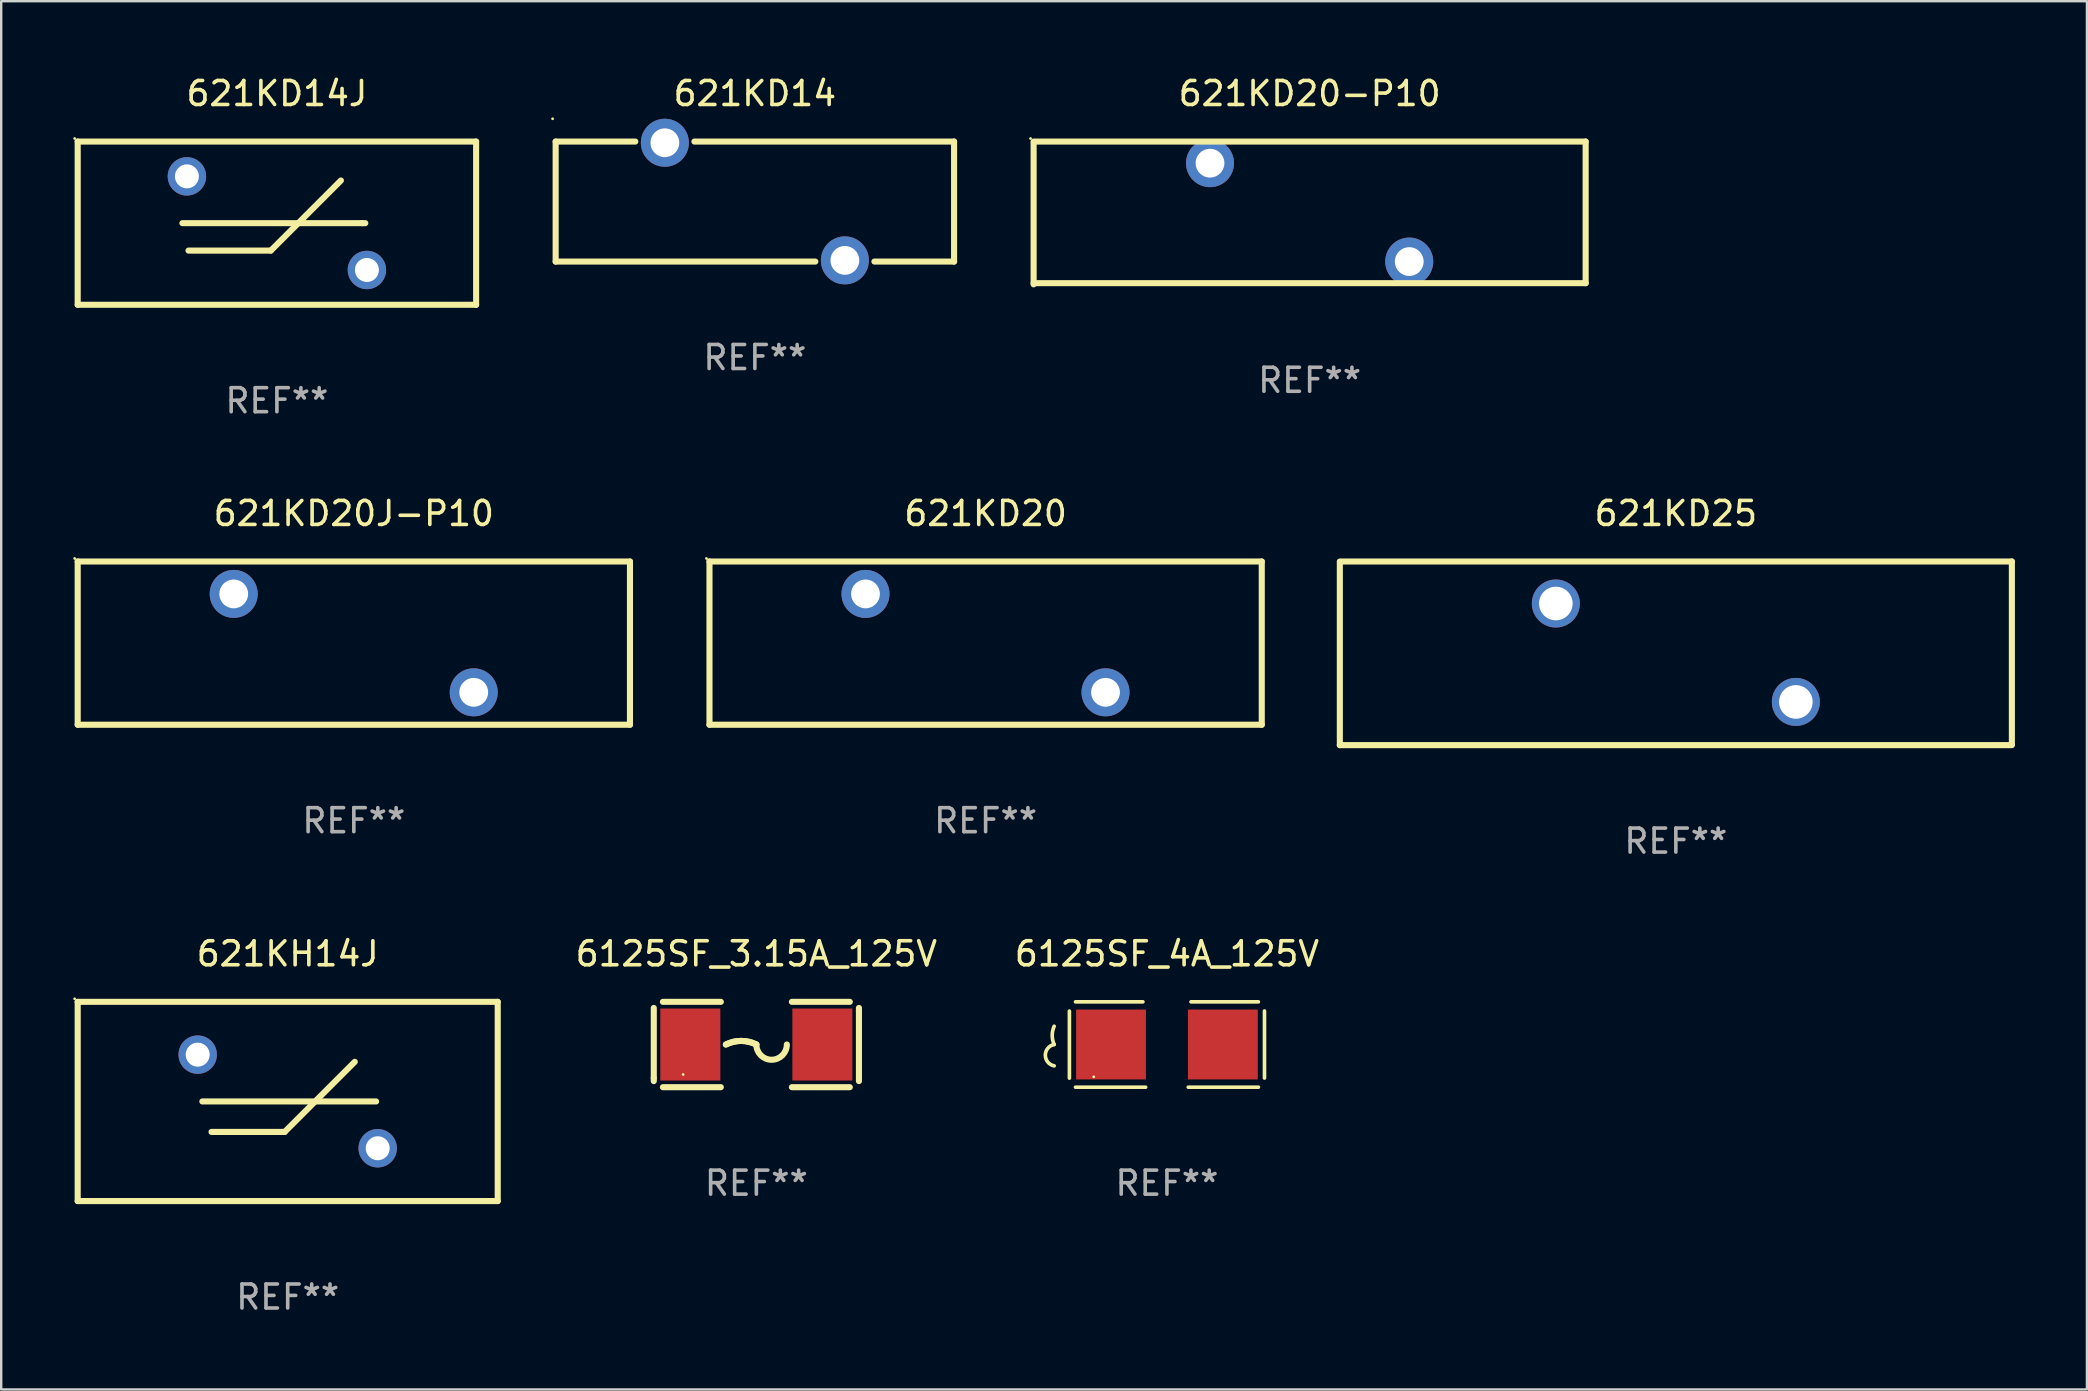
<source format=kicad_pcb>
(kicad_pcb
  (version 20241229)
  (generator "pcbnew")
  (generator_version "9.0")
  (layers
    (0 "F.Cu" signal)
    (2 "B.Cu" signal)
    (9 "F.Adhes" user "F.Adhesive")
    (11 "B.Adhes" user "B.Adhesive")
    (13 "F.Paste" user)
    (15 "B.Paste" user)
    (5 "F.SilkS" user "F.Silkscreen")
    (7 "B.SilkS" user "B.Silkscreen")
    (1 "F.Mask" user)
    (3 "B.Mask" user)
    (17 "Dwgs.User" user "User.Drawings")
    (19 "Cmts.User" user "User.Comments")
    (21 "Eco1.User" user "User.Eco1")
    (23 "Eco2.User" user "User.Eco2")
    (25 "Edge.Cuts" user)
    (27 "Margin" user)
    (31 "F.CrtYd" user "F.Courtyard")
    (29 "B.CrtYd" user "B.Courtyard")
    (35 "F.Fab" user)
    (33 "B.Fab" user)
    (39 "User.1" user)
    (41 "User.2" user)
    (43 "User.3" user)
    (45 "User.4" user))
  (footprint "621KD14J"
    (layer "F.Cu")
    (at 8.487 6.248)
    (property "Reference" "621KD14J" (at 0 -5.4 0) (layer "F.SilkS") (effects (font (size 1 1) (thickness 0.15))))
    (attr through_hole)
    (fp_line (start -8.3 -3.4) (end -8.3 3.4) (stroke (width 0.254) (type solid)) (layer "F.SilkS"))
    (fp_line (start -8.3 -3.4) (end 8.3 -3.4) (stroke (width 0.254) (type solid)) (layer "F.SilkS"))
    (fp_line (start -8.3 3.4) (end 8.3 3.4) (stroke (width 0.254) (type solid)) (layer "F.SilkS"))
    (fp_line (start -3.937 -0.000013) (end 3.556 -0.000013) (stroke (width 0.254) (type solid)) (layer "F.SilkS"))
    (fp_line (start -3.683 1.143) (end -0.254 1.143) (stroke (width 0.254) (type solid)) (layer "F.SilkS"))
    (fp_line (start -0.254 1.143) (end 2.667 -1.778) (stroke (width 0.254) (type solid)) (layer "F.SilkS"))
    (fp_line (start 3.556 -0.000013) (end 3.683 -0.000013) (stroke (width 0.254) (type solid)) (layer "F.SilkS"))
    (fp_line (start 8.3 -3.4) (end 8.3 3.4) (stroke (width 0.254) (type solid)) (layer "F.SilkS"))
    (fp_circle (center -8.427 -3.527) (end -8.397 -3.527) (stroke (width 0.06) (type solid)) (fill no) (layer "F.SilkS"))
    (fp_text user "REF**" (at 0 7.4 0) (layer "F.Fab") (effects (font (size 1 1) (thickness 0.15))))
    (pad "1" thru_hole circle (at -3.75 -1.95) (size 1.6 1.6) (drill 1) (layers "*.Cu" "*.Mask"))
    (pad "2" thru_hole circle (at 3.75 1.95) (size 1.6 1.6) (drill 1) (layers "*.Cu" "*.Mask")))
  (footprint "621KD14"
    (layer "F.Cu")
    (at 28.401 5.348)
    (property "Reference" "621KD14" (at 0 -4.5 0) (layer "F.SilkS") (effects (font (size 1 1) (thickness 0.15))))
    (attr through_hole)
    (fp_line (start -8.3 -2.5) (end -8.3 2.5) (stroke (width 0.254) (type solid)) (layer "F.SilkS"))
    (fp_line (start -8.3 -2.5) (end -4.981 -2.5) (stroke (width 0.254) (type solid)) (layer "F.SilkS"))
    (fp_line (start -8.3 2.5) (end 2.519 2.5) (stroke (width 0.254) (type solid)) (layer "F.SilkS"))
    (fp_line (start -2.519 -2.5) (end 8.3 -2.5) (stroke (width 0.254) (type solid)) (layer "F.SilkS"))
    (fp_line (start 4.981 2.5) (end 8.3 2.5) (stroke (width 0.254) (type solid)) (layer "F.SilkS"))
    (fp_line (start 8.3 -2.5) (end 8.3 2.5) (stroke (width 0.254) (type solid)) (layer "F.SilkS"))
    (fp_circle (center -8.427 -3.45) (end -8.397 -3.45) (stroke (width 0.06) (type solid)) (fill no) (layer "F.SilkS"))
    (fp_text user "REF**" (at 0 6.5 0) (layer "F.Fab") (effects (font (size 1 1) (thickness 0.15))))
    (pad "1" thru_hole circle (at -3.75 -2.45) (size 2 2) (drill 1.2) (layers "*.Cu" "*.Mask"))
    (pad "2" thru_hole circle (at 3.75 2.45) (size 2 2) (drill 1.2) (layers "*.Cu" "*.Mask")))
  (footprint "621KD20"
    (layer "F.Cu")
    (at 38.015 23.745)
    (property "Reference" "621KD20" (at 0 -5.4 0) (layer "F.SilkS") (effects (font (size 1 1) (thickness 0.15))))
    (attr through_hole)
    (fp_line (start -11.505 -3.4) (end 11.505 -3.4) (stroke (width 0.254) (type solid)) (layer "F.SilkS"))
    (fp_line (start -11.505 3.4) (end -11.505 -3.4) (stroke (width 0.254) (type solid)) (layer "F.SilkS"))
    (fp_line (start -11.505 3.4) (end 11.505 3.4) (stroke (width 0.254) (type solid)) (layer "F.SilkS"))
    (fp_line (start 11.505 -3.4) (end 11.505 3.4) (stroke (width 0.254) (type solid)) (layer "F.SilkS"))
    (fp_circle (center -11.632 -3.527) (end -11.602 -3.527) (stroke (width 0.06) (type solid)) (fill no) (layer "F.SilkS"))
    (fp_text user "REF**" (at 0 7.4 0) (layer "F.Fab") (effects (font (size 1 1) (thickness 0.15))))
    (pad "1" thru_hole circle (at -5.005 -2.05) (size 2 2) (drill 1.2) (layers "*.Cu" "*.Mask"))
    (pad "2" thru_hole circle (at 4.995 2.05) (size 2 2) (drill 1.2) (layers "*.Cu" "*.Mask")))
  (footprint "621KD20J-P10"
    (layer "F.Cu")
    (at 11.692 23.745)
    (property "Reference" "621KD20J-P10" (at 0 -5.4 0) (layer "F.SilkS") (effects (font (size 1 1) (thickness 0.15))))
    (attr through_hole)
    (fp_line (start -11.505 -3.4) (end 11.505 -3.4) (stroke (width 0.254) (type solid)) (layer "F.SilkS"))
    (fp_line (start -11.505 3.4) (end -11.505 -3.4) (stroke (width 0.254) (type solid)) (layer "F.SilkS"))
    (fp_line (start -11.505 3.4) (end 11.505 3.4) (stroke (width 0.254) (type solid)) (layer "F.SilkS"))
    (fp_line (start 11.505 -3.4) (end 11.505 3.4) (stroke (width 0.254) (type solid)) (layer "F.SilkS"))
    (fp_circle (center -11.632 -3.527) (end -11.602 -3.527) (stroke (width 0.06) (type solid)) (fill no) (layer "F.SilkS"))
    (fp_text user "REF**" (at 0 7.4 0) (layer "F.Fab") (effects (font (size 1 1) (thickness 0.15))))
    (pad "1" thru_hole circle (at -5.005 -2.05) (size 2 2) (drill 1.2) (layers "*.Cu" "*.Mask"))
    (pad "2" thru_hole circle (at 4.995 2.05) (size 2 2) (drill 1.2) (layers "*.Cu" "*.Mask")))
  (footprint "621KH14J"
    (layer "F.Cu")
    (at 8.937 42.841)
    (property "Reference" "621KH14J" (at 0 -6.15 0) (layer "F.SilkS") (effects (font (size 1 1) (thickness 0.15))))
    (attr through_hole)
    (fp_line (start -8.75 -4.15) (end -8.75 4.15) (stroke (width 0.254) (type solid)) (layer "F.SilkS"))
    (fp_line (start -8.75 -4.15) (end 8.75 -4.15) (stroke (width 0.254) (type solid)) (layer "F.SilkS"))
    (fp_line (start -8.75 4.15) (end 8.75 4.15) (stroke (width 0.254) (type solid)) (layer "F.SilkS"))
    (fp_line (start -3.556 0) (end 3.683 0) (stroke (width 0.254) (type solid)) (layer "F.SilkS"))
    (fp_line (start -3.175 1.27) (end -0.127 1.27) (stroke (width 0.254) (type solid)) (layer "F.SilkS"))
    (fp_line (start -0.127 1.27) (end 2.794 -1.651) (stroke (width 0.254) (type solid)) (layer "F.SilkS"))
    (fp_line (start 8.75 -4.15) (end 8.75 4.15) (stroke (width 0.254) (type solid)) (layer "F.SilkS"))
    (fp_circle (center -8.877 -4.277) (end -8.847 -4.277) (stroke (width 0.06) (type solid)) (fill no) (layer "F.SilkS"))
    (fp_text user "REF**" (at 0 8.15 0) (layer "F.Fab") (effects (font (size 1 1) (thickness 0.15))))
    (pad "1" thru_hole circle (at -3.75 -1.95) (size 1.6 1.6) (drill 1) (layers "*.Cu" "*.Mask"))
    (pad "2" thru_hole circle (at 3.75 1.95) (size 1.6 1.6) (drill 1) (layers "*.Cu" "*.Mask")))
  (footprint "6125SF_3.15A_125V"
    (layer "F.Cu")
    (at 28.463 40.469)
    (property "Reference" "6125SF_3.15A_125V" (at 0 -3.778 0) (layer "F.SilkS") (effects (font (size 1 1) (thickness 0.15))))
    (attr through_hole)
    (fp_line (start -4.274 -1.524) (end -4.274 1.397) (stroke (width 0.254) (type solid)) (layer "F.SilkS"))
    (fp_line (start -4.274 1.397) (end -4.274 1.524) (stroke (width 0.254) (type solid)) (layer "F.SilkS"))
    (fp_line (start -3.893 1.778) (end -1.48 1.778) (stroke (width 0.254) (type solid)) (layer "F.SilkS"))
    (fp_line (start -1.48 -1.778) (end -3.893 -1.778) (stroke (width 0.254) (type solid)) (layer "F.SilkS"))
    (fp_line (start 1.48 1.778) (end 3.893 1.778) (stroke (width 0.254) (type solid)) (layer "F.SilkS"))
    (fp_line (start 3.893 -1.778) (end 1.48 -1.778) (stroke (width 0.254) (type solid)) (layer "F.SilkS"))
    (fp_line (start 4.274 -1.397) (end 4.274 -1.524) (stroke (width 0.254) (type solid)) (layer "F.SilkS"))
    (fp_line (start 4.274 1.524) (end 4.274 -1.397) (stroke (width 0.254) (type solid)) (layer "F.SilkS"))
    (fp_arc (start -1.26999 0) (mid -0.634989 -0.149903) (end 0.000013 0) (stroke (width 0.254001) (type solid)) (layer "F.SilkS"))
    (fp_arc (start -1.26999 0) (mid -0.634989 -0.149903) (end 0.000013 0) (stroke (width 0.254001) (type solid)) (layer "F.SilkS"))
    (fp_arc (start 1.270015 0) (mid 0.635014 0.635001) (end 0.000013 0) (stroke (width 0.254001) (type solid)) (layer "F.SilkS"))
    (fp_circle (center -3.05 1.25) (end -3.02 1.25) (stroke (width 0.06) (type solid)) (fill no) (layer "F.SilkS"))
    (fp_text user "REF**" (at 0 5.778 0) (layer "F.Fab") (effects (font (size 1 1) (thickness 0.15))))
    (pad "1" smd rect (at -2.75 0) (size 2.5 3) (layers "F.Cu" "F.Mask" "F.Paste"))
    (pad "2" smd rect (at 2.75 0) (size 2.5 3) (layers "F.Cu" "F.Mask" "F.Paste")))
  (footprint "621KD25"
    (layer "F.Cu")
    (at 66.773 24.17)
    (property "Reference" "621KD25" (at 0 -5.825 0) (layer "F.SilkS") (effects (font (size 1 1) (thickness 0.15))))
    (attr through_hole)
    (fp_line (start -14 -3.825) (end 14 -3.825) (stroke (width 0.254) (type solid)) (layer "F.SilkS"))
    (fp_line (start -14 3.825) (end -14 -3.775) (stroke (width 0.254) (type solid)) (layer "F.SilkS"))
    (fp_line (start 14 -3.825) (end 14 3.775) (stroke (width 0.254) (type solid)) (layer "F.SilkS"))
    (fp_line (start 14 3.825) (end -14 3.825) (stroke (width 0.254) (type solid)) (layer "F.SilkS"))
    (fp_circle (center -14 -3.825) (end -13.97 -3.825) (stroke (width 0.06) (type solid)) (fill no) (layer "F.SilkS"))
    (fp_text user "REF**" (at 0 7.825 0) (layer "F.Fab") (effects (font (size 1 1) (thickness 0.15))))
    (pad "1" thru_hole circle (at -5 -2.075) (size 2 2) (drill 1.4) (layers "*.Cu" "*.Mask"))
    (pad "2" thru_hole circle (at 5 2.025) (size 2 2) (drill 1.4) (layers "*.Cu" "*.Mask")))
  (footprint "621KD20-P10"
    (layer "F.Cu")
    (at 51.516 5.822)
    (property "Reference" "621KD20-P10" (at 0 -4.974 0) (layer "F.SilkS") (effects (font (size 1 1) (thickness 0.15))))
    (attr through_hole)
    (fp_line (start -11.501 -2.974) (end 11.499 -2.974) (stroke (width 0.254) (type solid)) (layer "F.SilkS"))
    (fp_line (start -11.501 2.974) (end -11.501 -2.924) (stroke (width 0.254) (type solid)) (layer "F.SilkS"))
    (fp_line (start 11.499 -2.974) (end 11.499 2.926) (stroke (width 0.254) (type solid)) (layer "F.SilkS"))
    (fp_line (start 11.501 2.926) (end -11.501 2.926) (stroke (width 0.254) (type solid)) (layer "F.SilkS"))
    (fp_circle (center -11.628 -3.101) (end -11.598 -3.101) (stroke (width 0.06) (type solid)) (fill no) (layer "F.SilkS"))
    (fp_text user "REF**" (at 0 6.974 0) (layer "F.Fab") (effects (font (size 1 1) (thickness 0.15))))
    (pad "1" thru_hole circle (at -4.152 -2.074) (size 2 2) (drill 1.2) (layers "*.Cu" "*.Mask"))
    (pad "2" thru_hole circle (at 4.149 2.026) (size 2 2) (drill 1.2) (layers "*.Cu" "*.Mask")))
  (footprint "6125SF_4A_125V"
    (layer "F.Cu")
    (at 45.57 40.469)
    (property "Reference" "6125SF_4A_125V" (at 0 -3.778 0) (layer "F.SilkS") (effects (font (size 1 1) (thickness 0.15))))
    (attr through_hole)
    (fp_line (start -4.064 -1.393) (end -4.064 1.401) (stroke (width 0.152) (type solid)) (layer "F.SilkS"))
    (fp_line (start -3.81 -1.778) (end -1.002 -1.778) (stroke (width 0.152) (type solid)) (layer "F.SilkS"))
    (fp_line (start -0.889 1.778) (end -3.81 1.778) (stroke (width 0.152) (type solid)) (layer "F.SilkS"))
    (fp_line (start 0.889 1.778) (end 3.81 1.778) (stroke (width 0.152) (type solid)) (layer "F.SilkS"))
    (fp_line (start 3.81 -1.778) (end 1.002 -1.778) (stroke (width 0.152) (type solid)) (layer "F.SilkS"))
    (fp_line (start 4.064 -1.397) (end 4.064 1.397) (stroke (width 0.152) (type solid)) (layer "F.SilkS"))
    (fp_arc (start -4.699009 0) (mid -4.780645 -0.381001) (end -4.699009 -0.762002) (stroke (width 0.151994) (type solid)) (layer "F.SilkS"))
    (fp_arc (start -4.699009 0.889002) (mid -5.066697 0.444501) (end -4.699009 0) (stroke (width 0.151994) (type solid)) (layer "F.SilkS"))
    (fp_circle (center -3.05 1.347) (end -3.02 1.347) (stroke (width 0.06) (type solid)) (fill no) (layer "F.SilkS"))
    (fp_text user "REF**" (at 0 5.778 0) (layer "F.Fab") (effects (font (size 1 1) (thickness 0.15))))
    (pad "1" smd rect (at -2.33 0) (size 2.91 2.911) (layers "F.Cu" "F.Mask" "F.Paste"))
    (pad "2" smd rect (at 2.33 0) (size 2.91 2.911) (layers "F.Cu" "F.Mask" "F.Paste")))
  (gr_rect
    (start -3 -3)
    (end 83.9 54.84)
    (stroke (width 0.1) (type default))
    (fill no)
    (layer "Edge.Cuts")))
</source>
